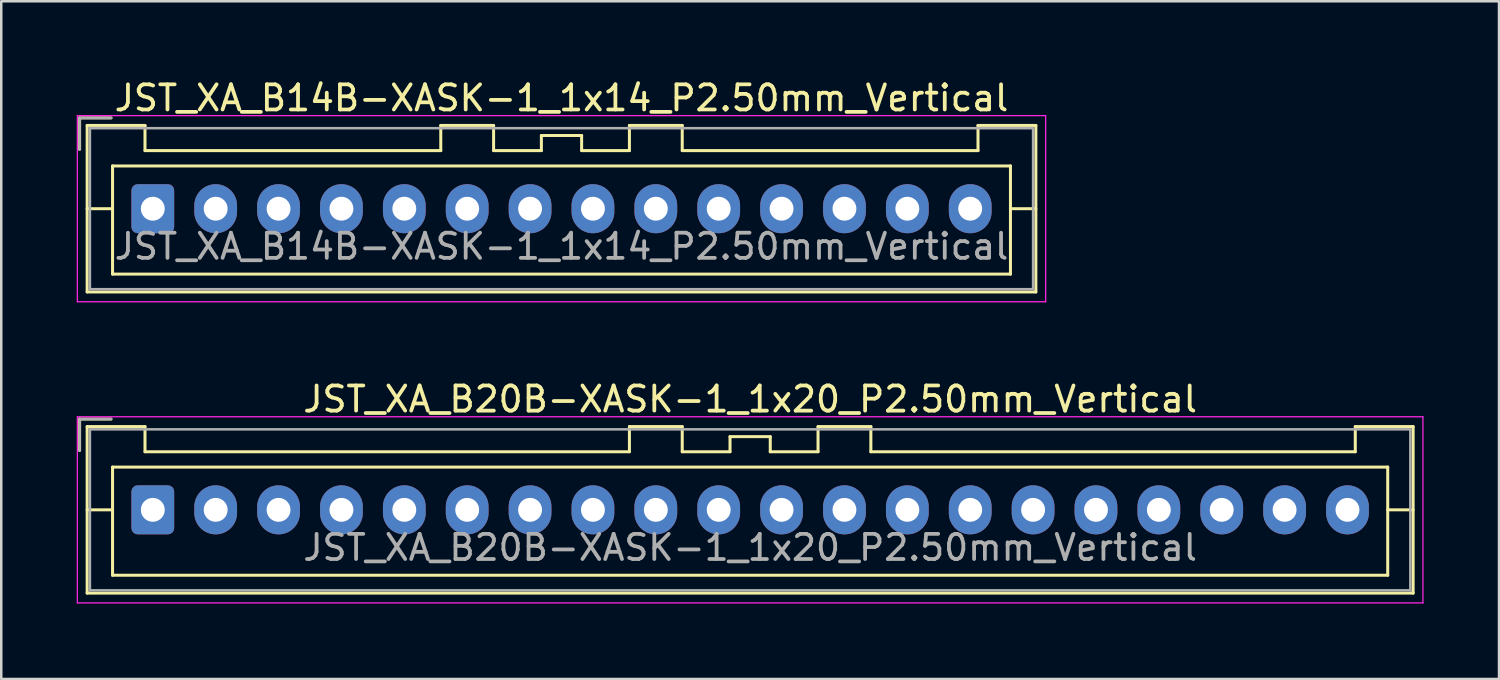
<source format=kicad_pcb>
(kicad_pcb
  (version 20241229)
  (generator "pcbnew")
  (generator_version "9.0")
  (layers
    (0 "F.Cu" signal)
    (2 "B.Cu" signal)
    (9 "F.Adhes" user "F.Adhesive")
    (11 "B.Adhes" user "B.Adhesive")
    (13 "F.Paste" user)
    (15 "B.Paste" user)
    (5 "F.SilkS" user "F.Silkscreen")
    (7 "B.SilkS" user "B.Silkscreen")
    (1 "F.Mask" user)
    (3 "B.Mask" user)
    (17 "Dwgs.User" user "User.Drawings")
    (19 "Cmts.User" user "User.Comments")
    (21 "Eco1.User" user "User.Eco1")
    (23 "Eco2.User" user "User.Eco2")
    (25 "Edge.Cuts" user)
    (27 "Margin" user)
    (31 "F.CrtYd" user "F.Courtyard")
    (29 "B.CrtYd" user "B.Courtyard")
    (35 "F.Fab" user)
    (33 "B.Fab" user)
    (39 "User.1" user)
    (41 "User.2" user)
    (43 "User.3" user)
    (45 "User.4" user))
  (footprint "JST_XA_B20B-XASK-1_1x20_P2.50mm_Vertical"
    (layer "F.Cu")
    (at 3.025 17.221)
    (property "Reference" "JST_XA_B20B-XASK-1_1x20_P2.50mm_Vertical" (at 23.75 -4.4 0) (layer "F.SilkS") (effects (font (size 1 1) (thickness 0.15))))
    (attr through_hole)
    (fp_line (start -2.91 -3.61) (end -2.91 -2.36) (stroke (width 0.12) (type solid)) (layer "F.SilkS"))
    (fp_line (start -2.61 -3.31) (end -2.61 3.31) (stroke (width 0.12) (type solid)) (layer "F.SilkS"))
    (fp_line (start -2.61 0) (end -1.6 0) (stroke (width 0.12) (type solid)) (layer "F.SilkS"))
    (fp_line (start -2.61 3.31) (end 50.11 3.31) (stroke (width 0.12) (type solid)) (layer "F.SilkS"))
    (fp_line (start -1.66 -3.61) (end -2.91 -3.61) (stroke (width 0.12) (type solid)) (layer "F.SilkS"))
    (fp_line (start -1.6 -1.7) (end -1.6 2.6) (stroke (width 0.12) (type solid)) (layer "F.SilkS"))
    (fp_line (start -1.6 2.6) (end 49.1 2.6) (stroke (width 0.12) (type solid)) (layer "F.SilkS"))
    (fp_line (start -0.31 -3.31) (end -2.61 -3.31) (stroke (width 0.12) (type solid)) (layer "F.SilkS"))
    (fp_line (start -0.31 -2.31) (end -0.31 -3.31) (stroke (width 0.12) (type solid)) (layer "F.SilkS"))
    (fp_line (start 18.95 -3.31) (end 18.95 -2.31) (stroke (width 0.12) (type solid)) (layer "F.SilkS"))
    (fp_line (start 18.95 -2.31) (end -0.31 -2.31) (stroke (width 0.12) (type solid)) (layer "F.SilkS"))
    (fp_line (start 21.05 -3.31) (end 18.95 -3.31) (stroke (width 0.12) (type solid)) (layer "F.SilkS"))
    (fp_line (start 21.05 -2.31) (end 21.05 -3.31) (stroke (width 0.12) (type solid)) (layer "F.SilkS"))
    (fp_line (start 22.95 -2.91) (end 22.95 -2.31) (stroke (width 0.12) (type solid)) (layer "F.SilkS"))
    (fp_line (start 22.95 -2.31) (end 21.05 -2.31) (stroke (width 0.12) (type solid)) (layer "F.SilkS"))
    (fp_line (start 24.55 -2.91) (end 22.95 -2.91) (stroke (width 0.12) (type solid)) (layer "F.SilkS"))
    (fp_line (start 24.55 -2.31) (end 24.55 -2.91) (stroke (width 0.12) (type solid)) (layer "F.SilkS"))
    (fp_line (start 26.45 -3.31) (end 26.45 -2.31) (stroke (width 0.12) (type solid)) (layer "F.SilkS"))
    (fp_line (start 26.45 -2.31) (end 24.55 -2.31) (stroke (width 0.12) (type solid)) (layer "F.SilkS"))
    (fp_line (start 28.55 -3.31) (end 26.45 -3.31) (stroke (width 0.12) (type solid)) (layer "F.SilkS"))
    (fp_line (start 28.55 -2.31) (end 28.55 -3.31) (stroke (width 0.12) (type solid)) (layer "F.SilkS"))
    (fp_line (start 47.81 -3.31) (end 47.81 -2.31) (stroke (width 0.12) (type solid)) (layer "F.SilkS"))
    (fp_line (start 47.81 -2.31) (end 28.55 -2.31) (stroke (width 0.12) (type solid)) (layer "F.SilkS"))
    (fp_line (start 49.1 -1.7) (end -1.6 -1.7) (stroke (width 0.12) (type solid)) (layer "F.SilkS"))
    (fp_line (start 49.1 2.6) (end 49.1 -1.7) (stroke (width 0.12) (type solid)) (layer "F.SilkS"))
    (fp_line (start 50.11 -3.31) (end 47.81 -3.31) (stroke (width 0.12) (type solid)) (layer "F.SilkS"))
    (fp_line (start 50.11 0) (end 49.1 0) (stroke (width 0.12) (type solid)) (layer "F.SilkS"))
    (fp_line (start 50.11 3.31) (end 50.11 -3.31) (stroke (width 0.12) (type solid)) (layer "F.SilkS"))
    (fp_line (start -3 -3.7) (end -3 3.7) (stroke (width 0.05) (type solid)) (layer "F.CrtYd"))
    (fp_line (start -3 3.7) (end 50.5 3.7) (stroke (width 0.05) (type solid)) (layer "F.CrtYd"))
    (fp_line (start 50.5 -3.7) (end -3 -3.7) (stroke (width 0.05) (type solid)) (layer "F.CrtYd"))
    (fp_line (start 50.5 3.7) (end 50.5 -3.7) (stroke (width 0.05) (type solid)) (layer "F.CrtYd"))
    (fp_line (start -2.91 -3.61) (end -2.91 -2.36) (stroke (width 0.1) (type solid)) (layer "F.Fab"))
    (fp_line (start -2.5 -3.2) (end -2.5 3.2) (stroke (width 0.1) (type solid)) (layer "F.Fab"))
    (fp_line (start -2.5 3.2) (end 50 3.2) (stroke (width 0.1) (type solid)) (layer "F.Fab"))
    (fp_line (start -1.66 -3.61) (end -2.91 -3.61) (stroke (width 0.1) (type solid)) (layer "F.Fab"))
    (fp_line (start 50 -3.2) (end -2.5 -3.2) (stroke (width 0.1) (type solid)) (layer "F.Fab"))
    (fp_line (start 50 3.2) (end 50 -3.2) (stroke (width 0.1) (type solid)) (layer "F.Fab"))
    (fp_text user "${REFERENCE}" (at 23.75 1.5 0) (layer "F.Fab") (effects (font (size 1 1) (thickness 0.15))))
    (pad "1" thru_hole roundrect (at 0 0) (size 1.7 1.95) (drill 0.95) (layers "*.Cu" "*.Mask") (roundrect_rratio 0.147))
    (pad "2" thru_hole oval (at 2.5 0) (size 1.7 1.95) (drill 0.95) (layers "*.Cu" "*.Mask"))
    (pad "3" thru_hole oval (at 5 0) (size 1.7 1.95) (drill 0.95) (layers "*.Cu" "*.Mask"))
    (pad "4" thru_hole oval (at 7.5 0) (size 1.7 1.95) (drill 0.95) (layers "*.Cu" "*.Mask"))
    (pad "5" thru_hole oval (at 10 0) (size 1.7 1.95) (drill 0.95) (layers "*.Cu" "*.Mask"))
    (pad "6" thru_hole oval (at 12.5 0) (size 1.7 1.95) (drill 0.95) (layers "*.Cu" "*.Mask"))
    (pad "7" thru_hole oval (at 15 0) (size 1.7 1.95) (drill 0.95) (layers "*.Cu" "*.Mask"))
    (pad "8" thru_hole oval (at 17.5 0) (size 1.7 1.95) (drill 0.95) (layers "*.Cu" "*.Mask"))
    (pad "9" thru_hole oval (at 20 0) (size 1.7 1.95) (drill 0.95) (layers "*.Cu" "*.Mask"))
    (pad "10" thru_hole oval (at 22.5 0) (size 1.7 1.95) (drill 0.95) (layers "*.Cu" "*.Mask"))
    (pad "11" thru_hole oval (at 25 0) (size 1.7 1.95) (drill 0.95) (layers "*.Cu" "*.Mask"))
    (pad "12" thru_hole oval (at 27.5 0) (size 1.7 1.95) (drill 0.95) (layers "*.Cu" "*.Mask"))
    (pad "13" thru_hole oval (at 30 0) (size 1.7 1.95) (drill 0.95) (layers "*.Cu" "*.Mask"))
    (pad "14" thru_hole oval (at 32.5 0) (size 1.7 1.95) (drill 0.95) (layers "*.Cu" "*.Mask"))
    (pad "15" thru_hole oval (at 35 0) (size 1.7 1.95) (drill 0.95) (layers "*.Cu" "*.Mask"))
    (pad "16" thru_hole oval (at 37.5 0) (size 1.7 1.95) (drill 0.95) (layers "*.Cu" "*.Mask"))
    (pad "17" thru_hole oval (at 40 0) (size 1.7 1.95) (drill 0.95) (layers "*.Cu" "*.Mask"))
    (pad "18" thru_hole oval (at 42.5 0) (size 1.7 1.95) (drill 0.95) (layers "*.Cu" "*.Mask"))
    (pad "19" thru_hole oval (at 45 0) (size 1.7 1.95) (drill 0.95) (layers "*.Cu" "*.Mask"))
    (pad "20" thru_hole oval (at 47.5 0) (size 1.7 1.95) (drill 0.95) (layers "*.Cu" "*.Mask")))
  (footprint "JST_XA_B14B-XASK-1_1x14_P2.50mm_Vertical"
    (layer "F.Cu")
    (at 3.025 5.248)
    (property "Reference" "JST_XA_B14B-XASK-1_1x14_P2.50mm_Vertical" (at 16.25 -4.4 0) (layer "F.SilkS") (effects (font (size 1 1) (thickness 0.15))))
    (attr through_hole)
    (fp_line (start -2.91 -3.61) (end -2.91 -2.36) (stroke (width 0.12) (type solid)) (layer "F.SilkS"))
    (fp_line (start -2.61 -3.31) (end -2.61 3.31) (stroke (width 0.12) (type solid)) (layer "F.SilkS"))
    (fp_line (start -2.61 0) (end -1.6 0) (stroke (width 0.12) (type solid)) (layer "F.SilkS"))
    (fp_line (start -2.61 3.31) (end 35.11 3.31) (stroke (width 0.12) (type solid)) (layer "F.SilkS"))
    (fp_line (start -1.66 -3.61) (end -2.91 -3.61) (stroke (width 0.12) (type solid)) (layer "F.SilkS"))
    (fp_line (start -1.6 -1.7) (end -1.6 2.6) (stroke (width 0.12) (type solid)) (layer "F.SilkS"))
    (fp_line (start -1.6 2.6) (end 34.1 2.6) (stroke (width 0.12) (type solid)) (layer "F.SilkS"))
    (fp_line (start -0.31 -3.31) (end -2.61 -3.31) (stroke (width 0.12) (type solid)) (layer "F.SilkS"))
    (fp_line (start -0.31 -2.31) (end -0.31 -3.31) (stroke (width 0.12) (type solid)) (layer "F.SilkS"))
    (fp_line (start 11.45 -3.31) (end 11.45 -2.31) (stroke (width 0.12) (type solid)) (layer "F.SilkS"))
    (fp_line (start 11.45 -2.31) (end -0.31 -2.31) (stroke (width 0.12) (type solid)) (layer "F.SilkS"))
    (fp_line (start 13.55 -3.31) (end 11.45 -3.31) (stroke (width 0.12) (type solid)) (layer "F.SilkS"))
    (fp_line (start 13.55 -2.31) (end 13.55 -3.31) (stroke (width 0.12) (type solid)) (layer "F.SilkS"))
    (fp_line (start 15.45 -2.91) (end 15.45 -2.31) (stroke (width 0.12) (type solid)) (layer "F.SilkS"))
    (fp_line (start 15.45 -2.31) (end 13.55 -2.31) (stroke (width 0.12) (type solid)) (layer "F.SilkS"))
    (fp_line (start 17.05 -2.91) (end 15.45 -2.91) (stroke (width 0.12) (type solid)) (layer "F.SilkS"))
    (fp_line (start 17.05 -2.31) (end 17.05 -2.91) (stroke (width 0.12) (type solid)) (layer "F.SilkS"))
    (fp_line (start 18.95 -3.31) (end 18.95 -2.31) (stroke (width 0.12) (type solid)) (layer "F.SilkS"))
    (fp_line (start 18.95 -2.31) (end 17.05 -2.31) (stroke (width 0.12) (type solid)) (layer "F.SilkS"))
    (fp_line (start 21.05 -3.31) (end 18.95 -3.31) (stroke (width 0.12) (type solid)) (layer "F.SilkS"))
    (fp_line (start 21.05 -2.31) (end 21.05 -3.31) (stroke (width 0.12) (type solid)) (layer "F.SilkS"))
    (fp_line (start 32.81 -3.31) (end 32.81 -2.31) (stroke (width 0.12) (type solid)) (layer "F.SilkS"))
    (fp_line (start 32.81 -2.31) (end 21.05 -2.31) (stroke (width 0.12) (type solid)) (layer "F.SilkS"))
    (fp_line (start 34.1 -1.7) (end -1.6 -1.7) (stroke (width 0.12) (type solid)) (layer "F.SilkS"))
    (fp_line (start 34.1 2.6) (end 34.1 -1.7) (stroke (width 0.12) (type solid)) (layer "F.SilkS"))
    (fp_line (start 35.11 -3.31) (end 32.81 -3.31) (stroke (width 0.12) (type solid)) (layer "F.SilkS"))
    (fp_line (start 35.11 0) (end 34.1 0) (stroke (width 0.12) (type solid)) (layer "F.SilkS"))
    (fp_line (start 35.11 3.31) (end 35.11 -3.31) (stroke (width 0.12) (type solid)) (layer "F.SilkS"))
    (fp_line (start -3 -3.7) (end -3 3.7) (stroke (width 0.05) (type solid)) (layer "F.CrtYd"))
    (fp_line (start -3 3.7) (end 35.5 3.7) (stroke (width 0.05) (type solid)) (layer "F.CrtYd"))
    (fp_line (start 35.5 -3.7) (end -3 -3.7) (stroke (width 0.05) (type solid)) (layer "F.CrtYd"))
    (fp_line (start 35.5 3.7) (end 35.5 -3.7) (stroke (width 0.05) (type solid)) (layer "F.CrtYd"))
    (fp_line (start -2.91 -3.61) (end -2.91 -2.36) (stroke (width 0.1) (type solid)) (layer "F.Fab"))
    (fp_line (start -2.5 -3.2) (end -2.5 3.2) (stroke (width 0.1) (type solid)) (layer "F.Fab"))
    (fp_line (start -2.5 3.2) (end 35 3.2) (stroke (width 0.1) (type solid)) (layer "F.Fab"))
    (fp_line (start -1.66 -3.61) (end -2.91 -3.61) (stroke (width 0.1) (type solid)) (layer "F.Fab"))
    (fp_line (start 35 -3.2) (end -2.5 -3.2) (stroke (width 0.1) (type solid)) (layer "F.Fab"))
    (fp_line (start 35 3.2) (end 35 -3.2) (stroke (width 0.1) (type solid)) (layer "F.Fab"))
    (fp_text user "${REFERENCE}" (at 16.25 1.5 0) (layer "F.Fab") (effects (font (size 1 1) (thickness 0.15))))
    (pad "1" thru_hole roundrect (at 0 0) (size 1.7 1.95) (drill 0.95) (layers "*.Cu" "*.Mask") (roundrect_rratio 0.147))
    (pad "2" thru_hole oval (at 2.5 0) (size 1.7 1.95) (drill 0.95) (layers "*.Cu" "*.Mask"))
    (pad "3" thru_hole oval (at 5 0) (size 1.7 1.95) (drill 0.95) (layers "*.Cu" "*.Mask"))
    (pad "4" thru_hole oval (at 7.5 0) (size 1.7 1.95) (drill 0.95) (layers "*.Cu" "*.Mask"))
    (pad "5" thru_hole oval (at 10 0) (size 1.7 1.95) (drill 0.95) (layers "*.Cu" "*.Mask"))
    (pad "6" thru_hole oval (at 12.5 0) (size 1.7 1.95) (drill 0.95) (layers "*.Cu" "*.Mask"))
    (pad "7" thru_hole oval (at 15 0) (size 1.7 1.95) (drill 0.95) (layers "*.Cu" "*.Mask"))
    (pad "8" thru_hole oval (at 17.5 0) (size 1.7 1.95) (drill 0.95) (layers "*.Cu" "*.Mask"))
    (pad "9" thru_hole oval (at 20 0) (size 1.7 1.95) (drill 0.95) (layers "*.Cu" "*.Mask"))
    (pad "10" thru_hole oval (at 22.5 0) (size 1.7 1.95) (drill 0.95) (layers "*.Cu" "*.Mask"))
    (pad "11" thru_hole oval (at 25 0) (size 1.7 1.95) (drill 0.95) (layers "*.Cu" "*.Mask"))
    (pad "12" thru_hole oval (at 27.5 0) (size 1.7 1.95) (drill 0.95) (layers "*.Cu" "*.Mask"))
    (pad "13" thru_hole oval (at 30 0) (size 1.7 1.95) (drill 0.95) (layers "*.Cu" "*.Mask"))
    (pad "14" thru_hole oval (at 32.5 0) (size 1.7 1.95) (drill 0.95) (layers "*.Cu" "*.Mask")))
  (gr_rect
    (start -3 -3)
    (end 56.55 23.947)
    (stroke (width 0.1) (type default))
    (fill no)
    (layer "Edge.Cuts")))
</source>
